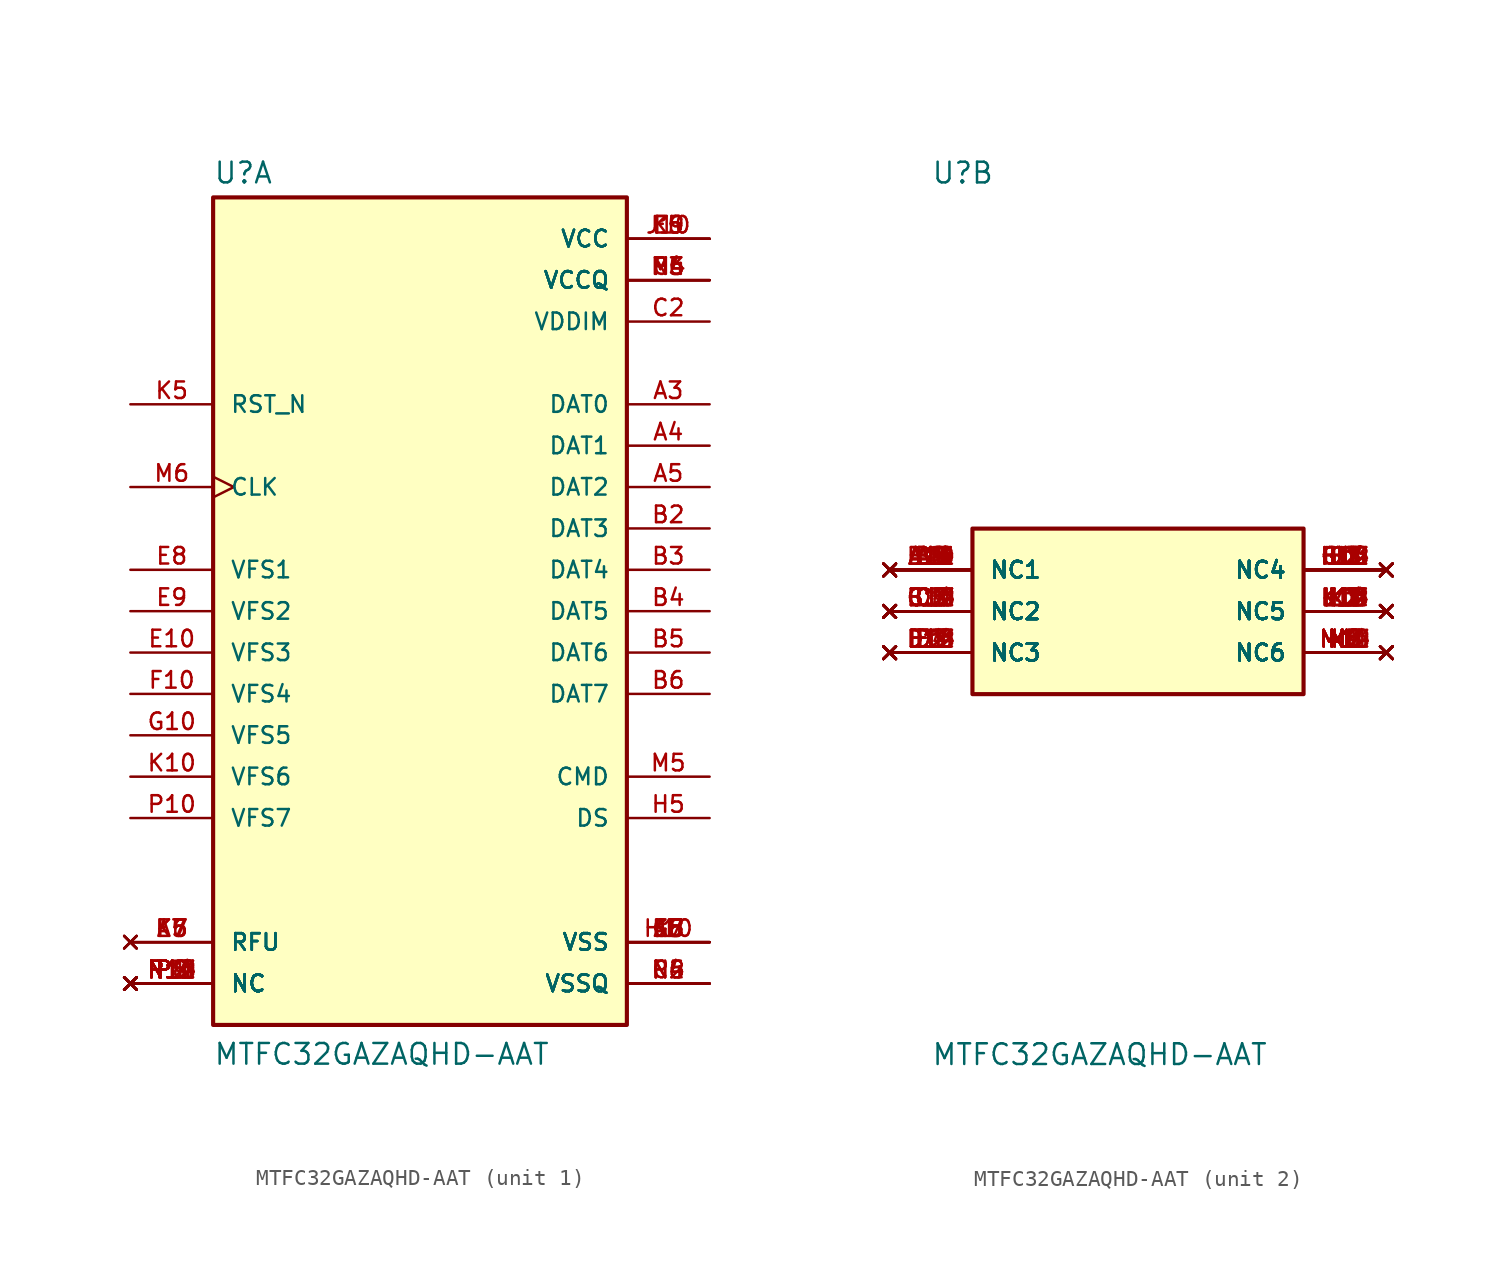
<source format=kicad_sym>
(kicad_symbol_lib
  (version 20211014)
  (generator kicad_symbol_editor)
  (symbol "MTFC32GAZAQHD-AAT"
    (pin_names
      (offset 1.016))
    (property "Reference" "U"
      (at -12.7 26.162 0)
      (effects (font (size 1.27 1.27)) (justify bottom left)))
    (property "Value" "MTFC32GAZAQHD-AAT"
      (at -12.7 -27.94 0)
      (effects (font (size 1.27 1.27)) (justify bottom left)))
    (symbol "MTFC32GAZAQHD-AAT_1_0"
      (rectangle (start -12.7 -25.4) (end 12.7 25.4) (stroke (width 0.254)) (fill (type background)))
      (pin bidirectional line (at 17.78 12.7 180.0) (length 5.08) (name "DAT0" (effects (font (size 1.016 1.016)))) (number "A3" (effects (font (size 1.016 1.016)))))
      (pin input clock (at -17.78 7.62 0) (length 5.08) (name "CLK" (effects (font (size 1.016 1.016)))) (number "M6" (effects (font (size 1.016 1.016)))))
      (pin input line (at -17.78 12.7 0) (length 5.08) (name "RST_N" (effects (font (size 1.016 1.016)))) (number "K5" (effects (font (size 1.016 1.016)))))
      (pin bidirectional line (at 17.78 -10.16 180.0) (length 5.08) (name "CMD" (effects (font (size 1.016 1.016)))) (number "M5" (effects (font (size 1.016 1.016)))))
      (pin output line (at 17.78 -12.7 180.0) (length 5.08) (name "DS" (effects (font (size 1.016 1.016)))) (number "H5" (effects (font (size 1.016 1.016)))))
      (pin bidirectional line (at -17.78 2.54 0) (length 5.08) (name "VFS1" (effects (font (size 1.016 1.016)))) (number "E8" (effects (font (size 1.016 1.016)))))
      (pin bidirectional line (at 17.78 10.16 180.0) (length 5.08) (name "DAT1" (effects (font (size 1.016 1.016)))) (number "A4" (effects (font (size 1.016 1.016)))))
      (pin bidirectional line (at 17.78 7.62 180.0) (length 5.08) (name "DAT2" (effects (font (size 1.016 1.016)))) (number "A5" (effects (font (size 1.016 1.016)))))
      (pin bidirectional line (at 17.78 5.08 180.0) (length 5.08) (name "DAT3" (effects (font (size 1.016 1.016)))) (number "B2" (effects (font (size 1.016 1.016)))))
      (pin bidirectional line (at 17.78 2.54 180.0) (length 5.08) (name "DAT4" (effects (font (size 1.016 1.016)))) (number "B3" (effects (font (size 1.016 1.016)))))
      (pin bidirectional line (at 17.78 0.0 180.0) (length 5.08) (name "DAT5" (effects (font (size 1.016 1.016)))) (number "B4" (effects (font (size 1.016 1.016)))))
      (pin bidirectional line (at 17.78 -2.54 180.0) (length 5.08) (name "DAT6" (effects (font (size 1.016 1.016)))) (number "B5" (effects (font (size 1.016 1.016)))))
      (pin bidirectional line (at 17.78 -5.08 180.0) (length 5.08) (name "DAT7" (effects (font (size 1.016 1.016)))) (number "B6" (effects (font (size 1.016 1.016)))))
      (pin bidirectional line (at -17.78 0.0 0) (length 5.08) (name "VFS2" (effects (font (size 1.016 1.016)))) (number "E9" (effects (font (size 1.016 1.016)))))
      (pin bidirectional line (at -17.78 -2.54 0) (length 5.08) (name "VFS3" (effects (font (size 1.016 1.016)))) (number "E10" (effects (font (size 1.016 1.016)))))
      (pin bidirectional line (at -17.78 -5.08 0) (length 5.08) (name "VFS4" (effects (font (size 1.016 1.016)))) (number "F10" (effects (font (size 1.016 1.016)))))
      (pin bidirectional line (at -17.78 -7.62 0) (length 5.08) (name "VFS5" (effects (font (size 1.016 1.016)))) (number "G10" (effects (font (size 1.016 1.016)))))
      (pin bidirectional line (at -17.78 -10.16 0) (length 5.08) (name "VFS6" (effects (font (size 1.016 1.016)))) (number "K10" (effects (font (size 1.016 1.016)))))
      (pin bidirectional line (at -17.78 -12.7 0) (length 5.08) (name "VFS7" (effects (font (size 1.016 1.016)))) (number "P10" (effects (font (size 1.016 1.016)))))
      (pin power_in line (at 17.78 22.86 180.0) (length 5.08) (name "VCC" (effects (font (size 1.016 1.016)))) (number "E6" (effects (font (size 1.016 1.016)))))
      (pin power_in line (at 17.78 22.86 180.0) (length 5.08) (name "VCC" (effects (font (size 1.016 1.016)))) (number "F5" (effects (font (size 1.016 1.016)))))
      (pin power_in line (at 17.78 22.86 180.0) (length 5.08) (name "VCC" (effects (font (size 1.016 1.016)))) (number "J10" (effects (font (size 1.016 1.016)))))
      (pin power_in line (at 17.78 22.86 180.0) (length 5.08) (name "VCC" (effects (font (size 1.016 1.016)))) (number "K9" (effects (font (size 1.016 1.016)))))
      (pin power_in line (at 17.78 20.32 180.0) (length 5.08) (name "VCCQ" (effects (font (size 1.016 1.016)))) (number "C6" (effects (font (size 1.016 1.016)))))
      (pin power_in line (at 17.78 20.32 180.0) (length 5.08) (name "VCCQ" (effects (font (size 1.016 1.016)))) (number "M4" (effects (font (size 1.016 1.016)))))
      (pin power_in line (at 17.78 20.32 180.0) (length 5.08) (name "VCCQ" (effects (font (size 1.016 1.016)))) (number "N4" (effects (font (size 1.016 1.016)))))
      (pin power_in line (at 17.78 20.32 180.0) (length 5.08) (name "VCCQ" (effects (font (size 1.016 1.016)))) (number "P3" (effects (font (size 1.016 1.016)))))
      (pin power_in line (at 17.78 20.32 180.0) (length 5.08) (name "VCCQ" (effects (font (size 1.016 1.016)))) (number "P5" (effects (font (size 1.016 1.016)))))
      (pin power_in line (at 17.78 -20.32 180.0) (length 5.08) (name "VSS" (effects (font (size 1.016 1.016)))) (number "A6" (effects (font (size 1.016 1.016)))))
      (pin power_in line (at 17.78 -20.32 180.0) (length 5.08) (name "VSS" (effects (font (size 1.016 1.016)))) (number "E7" (effects (font (size 1.016 1.016)))))
      (pin power_in line (at 17.78 -20.32 180.0) (length 5.08) (name "VSS" (effects (font (size 1.016 1.016)))) (number "G5" (effects (font (size 1.016 1.016)))))
      (pin power_in line (at 17.78 -20.32 180.0) (length 5.08) (name "VSS" (effects (font (size 1.016 1.016)))) (number "H10" (effects (font (size 1.016 1.016)))))
      (pin power_in line (at 17.78 -20.32 180.0) (length 5.08) (name "VSS" (effects (font (size 1.016 1.016)))) (number "J5" (effects (font (size 1.016 1.016)))))
      (pin power_in line (at 17.78 -20.32 180.0) (length 5.08) (name "VSS" (effects (font (size 1.016 1.016)))) (number "K8" (effects (font (size 1.016 1.016)))))
      (pin power_in line (at 17.78 -22.86 180.0) (length 5.08) (name "VSSQ" (effects (font (size 1.016 1.016)))) (number "C4" (effects (font (size 1.016 1.016)))))
      (pin power_in line (at 17.78 -22.86 180.0) (length 5.08) (name "VSSQ" (effects (font (size 1.016 1.016)))) (number "N2" (effects (font (size 1.016 1.016)))))
      (pin power_in line (at 17.78 -22.86 180.0) (length 5.08) (name "VSSQ" (effects (font (size 1.016 1.016)))) (number "N5" (effects (font (size 1.016 1.016)))))
      (pin power_in line (at 17.78 -22.86 180.0) (length 5.08) (name "VSSQ" (effects (font (size 1.016 1.016)))) (number "P4" (effects (font (size 1.016 1.016)))))
      (pin power_in line (at 17.78 -22.86 180.0) (length 5.08) (name "VSSQ" (effects (font (size 1.016 1.016)))) (number "P6" (effects (font (size 1.016 1.016)))))
      (pin power_in line (at 17.78 17.78 180.0) (length 5.08) (name "VDDIM" (effects (font (size 1.016 1.016)))) (number "C2" (effects (font (size 1.016 1.016)))))
      (pin no_connect line (at -17.78 -20.32 0) (length 5.08) (name "RFU" (effects (font (size 1.016 1.016)))) (number "A7" (effects (font (size 1.016 1.016)))))
      (pin no_connect line (at -17.78 -20.32 0) (length 5.08) (name "RFU" (effects (font (size 1.016 1.016)))) (number "E5" (effects (font (size 1.016 1.016)))))
      (pin no_connect line (at -17.78 -20.32 0) (length 5.08) (name "RFU" (effects (font (size 1.016 1.016)))) (number "K6" (effects (font (size 1.016 1.016)))))
      (pin no_connect line (at -17.78 -20.32 0) (length 5.08) (name "RFU" (effects (font (size 1.016 1.016)))) (number "K7" (effects (font (size 1.016 1.016)))))
      (pin no_connect line (at -17.78 -22.86 0) (length 5.08) (name "NC" (effects (font (size 1.016 1.016)))) (number "N10" (effects (font (size 1.016 1.016)))))
      (pin no_connect line (at -17.78 -22.86 0) (length 5.08) (name "NC" (effects (font (size 1.016 1.016)))) (number "N11" (effects (font (size 1.016 1.016)))))
      (pin no_connect line (at -17.78 -22.86 0) (length 5.08) (name "NC" (effects (font (size 1.016 1.016)))) (number "N12" (effects (font (size 1.016 1.016)))))
      (pin no_connect line (at -17.78 -22.86 0) (length 5.08) (name "NC" (effects (font (size 1.016 1.016)))) (number "N13" (effects (font (size 1.016 1.016)))))
      (pin no_connect line (at -17.78 -22.86 0) (length 5.08) (name "NC" (effects (font (size 1.016 1.016)))) (number "N14" (effects (font (size 1.016 1.016)))))
      (pin no_connect line (at -17.78 -22.86 0) (length 5.08) (name "NC" (effects (font (size 1.016 1.016)))) (number "P1" (effects (font (size 1.016 1.016)))))
      (pin no_connect line (at -17.78 -22.86 0) (length 5.08) (name "NC" (effects (font (size 1.016 1.016)))) (number "P2" (effects (font (size 1.016 1.016)))))
      (pin no_connect line (at -17.78 -22.86 0) (length 5.08) (name "NC" (effects (font (size 1.016 1.016)))) (number "P7" (effects (font (size 1.016 1.016)))))
      (pin no_connect line (at -17.78 -22.86 0) (length 5.08) (name "NC" (effects (font (size 1.016 1.016)))) (number "P8" (effects (font (size 1.016 1.016)))))
      (pin no_connect line (at -17.78 -22.86 0) (length 5.08) (name "NC" (effects (font (size 1.016 1.016)))) (number "P9" (effects (font (size 1.016 1.016)))))
      (pin no_connect line (at -17.78 -22.86 0) (length 5.08) (name "NC" (effects (font (size 1.016 1.016)))) (number "P11" (effects (font (size 1.016 1.016)))))
      (pin no_connect line (at -17.78 -22.86 0) (length 5.08) (name "NC" (effects (font (size 1.016 1.016)))) (number "P12" (effects (font (size 1.016 1.016)))))
      (pin no_connect line (at -17.78 -22.86 0) (length 5.08) (name "NC" (effects (font (size 1.016 1.016)))) (number "P13" (effects (font (size 1.016 1.016)))))
      (pin no_connect line (at -17.78 -22.86 0) (length 5.08) (name "NC" (effects (font (size 1.016 1.016)))) (number "P14" (effects (font (size 1.016 1.016))))))
    (symbol "MTFC32GAZAQHD-AAT_2_0"
      (rectangle (start -10.16 -5.08) (end 10.16 5.08) (stroke (width 0.254)) (fill (type background)))
      (pin no_connect line (at -15.24 0.0 0) (length 5.08) (name "NC2" (effects (font (size 1.016 1.016)))) (number "B12" (effects (font (size 1.016 1.016)))))
      (pin no_connect line (at -15.24 0.0 0) (length 5.08) (name "NC2" (effects (font (size 1.016 1.016)))) (number "B13" (effects (font (size 1.016 1.016)))))
      (pin no_connect line (at -15.24 0.0 0) (length 5.08) (name "NC2" (effects (font (size 1.016 1.016)))) (number "B14" (effects (font (size 1.016 1.016)))))
      (pin no_connect line (at -15.24 0.0 0) (length 5.08) (name "NC2" (effects (font (size 1.016 1.016)))) (number "C1" (effects (font (size 1.016 1.016)))))
      (pin no_connect line (at -15.24 0.0 0) (length 5.08) (name "NC2" (effects (font (size 1.016 1.016)))) (number "C3" (effects (font (size 1.016 1.016)))))
      (pin no_connect line (at -15.24 0.0 0) (length 5.08) (name "NC2" (effects (font (size 1.016 1.016)))) (number "C5" (effects (font (size 1.016 1.016)))))
      (pin no_connect line (at -15.24 0.0 0) (length 5.08) (name "NC2" (effects (font (size 1.016 1.016)))) (number "C7" (effects (font (size 1.016 1.016)))))
      (pin no_connect line (at -15.24 0.0 0) (length 5.08) (name "NC2" (effects (font (size 1.016 1.016)))) (number "C8" (effects (font (size 1.016 1.016)))))
      (pin no_connect line (at -15.24 0.0 0) (length 5.08) (name "NC2" (effects (font (size 1.016 1.016)))) (number "C9" (effects (font (size 1.016 1.016)))))
      (pin no_connect line (at -15.24 0.0 0) (length 5.08) (name "NC2" (effects (font (size 1.016 1.016)))) (number "C10" (effects (font (size 1.016 1.016)))))
      (pin no_connect line (at -15.24 0.0 0) (length 5.08) (name "NC2" (effects (font (size 1.016 1.016)))) (number "C11" (effects (font (size 1.016 1.016)))))
      (pin no_connect line (at -15.24 0.0 0) (length 5.08) (name "NC2" (effects (font (size 1.016 1.016)))) (number "C12" (effects (font (size 1.016 1.016)))))
      (pin no_connect line (at -15.24 0.0 0) (length 5.08) (name "NC2" (effects (font (size 1.016 1.016)))) (number "C13" (effects (font (size 1.016 1.016)))))
      (pin no_connect line (at -15.24 0.0 0) (length 5.08) (name "NC2" (effects (font (size 1.016 1.016)))) (number "C14" (effects (font (size 1.016 1.016)))))
      (pin no_connect line (at -15.24 0.0 0) (length 5.08) (name "NC2" (effects (font (size 1.016 1.016)))) (number "D1" (effects (font (size 1.016 1.016)))))
      (pin no_connect line (at -15.24 0.0 0) (length 5.08) (name "NC2" (effects (font (size 1.016 1.016)))) (number "D2" (effects (font (size 1.016 1.016)))))
      (pin no_connect line (at -15.24 2.54 0) (length 5.08) (name "NC1" (effects (font (size 1.016 1.016)))) (number "A1" (effects (font (size 1.016 1.016)))))
      (pin no_connect line (at -15.24 2.54 0) (length 5.08) (name "NC1" (effects (font (size 1.016 1.016)))) (number "A2" (effects (font (size 1.016 1.016)))))
      (pin no_connect line (at -15.24 2.54 0) (length 5.08) (name "NC1" (effects (font (size 1.016 1.016)))) (number "A8" (effects (font (size 1.016 1.016)))))
      (pin no_connect line (at -15.24 2.54 0) (length 5.08) (name "NC1" (effects (font (size 1.016 1.016)))) (number "A9" (effects (font (size 1.016 1.016)))))
      (pin no_connect line (at -15.24 2.54 0) (length 5.08) (name "NC1" (effects (font (size 1.016 1.016)))) (number "A10" (effects (font (size 1.016 1.016)))))
      (pin no_connect line (at -15.24 2.54 0) (length 5.08) (name "NC1" (effects (font (size 1.016 1.016)))) (number "A11" (effects (font (size 1.016 1.016)))))
      (pin no_connect line (at -15.24 2.54 0) (length 5.08) (name "NC1" (effects (font (size 1.016 1.016)))) (number "A12" (effects (font (size 1.016 1.016)))))
      (pin no_connect line (at -15.24 2.54 0) (length 5.08) (name "NC1" (effects (font (size 1.016 1.016)))) (number "A13" (effects (font (size 1.016 1.016)))))
      (pin no_connect line (at -15.24 2.54 0) (length 5.08) (name "NC1" (effects (font (size 1.016 1.016)))) (number "A14" (effects (font (size 1.016 1.016)))))
      (pin no_connect line (at -15.24 2.54 0) (length 5.08) (name "NC1" (effects (font (size 1.016 1.016)))) (number "B1" (effects (font (size 1.016 1.016)))))
      (pin no_connect line (at -15.24 2.54 0) (length 5.08) (name "NC1" (effects (font (size 1.016 1.016)))) (number "B7" (effects (font (size 1.016 1.016)))))
      (pin no_connect line (at -15.24 2.54 0) (length 5.08) (name "NC1" (effects (font (size 1.016 1.016)))) (number "B8" (effects (font (size 1.016 1.016)))))
      (pin no_connect line (at -15.24 2.54 0) (length 5.08) (name "NC1" (effects (font (size 1.016 1.016)))) (number "B9" (effects (font (size 1.016 1.016)))))
      (pin no_connect line (at -15.24 2.54 0) (length 5.08) (name "NC1" (effects (font (size 1.016 1.016)))) (number "B10" (effects (font (size 1.016 1.016)))))
      (pin no_connect line (at -15.24 2.54 0) (length 5.08) (name "NC1" (effects (font (size 1.016 1.016)))) (number "B11" (effects (font (size 1.016 1.016)))))
      (pin no_connect line (at -15.24 -2.54 0) (length 5.08) (name "NC3" (effects (font (size 1.016 1.016)))) (number "D3" (effects (font (size 1.016 1.016)))))
      (pin no_connect line (at -15.24 -2.54 0) (length 5.08) (name "NC3" (effects (font (size 1.016 1.016)))) (number "D4" (effects (font (size 1.016 1.016)))))
      (pin no_connect line (at -15.24 -2.54 0) (length 5.08) (name "NC3" (effects (font (size 1.016 1.016)))) (number "D12" (effects (font (size 1.016 1.016)))))
      (pin no_connect line (at -15.24 -2.54 0) (length 5.08) (name "NC3" (effects (font (size 1.016 1.016)))) (number "D13" (effects (font (size 1.016 1.016)))))
      (pin no_connect line (at -15.24 -2.54 0) (length 5.08) (name "NC3" (effects (font (size 1.016 1.016)))) (number "D14" (effects (font (size 1.016 1.016)))))
      (pin no_connect line (at -15.24 -2.54 0) (length 5.08) (name "NC3" (effects (font (size 1.016 1.016)))) (number "E1" (effects (font (size 1.016 1.016)))))
      (pin no_connect line (at -15.24 -2.54 0) (length 5.08) (name "NC3" (effects (font (size 1.016 1.016)))) (number "E2" (effects (font (size 1.016 1.016)))))
      (pin no_connect line (at -15.24 -2.54 0) (length 5.08) (name "NC3" (effects (font (size 1.016 1.016)))) (number "E3" (effects (font (size 1.016 1.016)))))
      (pin no_connect line (at -15.24 -2.54 0) (length 5.08) (name "NC3" (effects (font (size 1.016 1.016)))) (number "E12" (effects (font (size 1.016 1.016)))))
      (pin no_connect line (at -15.24 -2.54 0) (length 5.08) (name "NC3" (effects (font (size 1.016 1.016)))) (number "E13" (effects (font (size 1.016 1.016)))))
      (pin no_connect line (at -15.24 -2.54 0) (length 5.08) (name "NC3" (effects (font (size 1.016 1.016)))) (number "E14" (effects (font (size 1.016 1.016)))))
      (pin no_connect line (at -15.24 -2.54 0) (length 5.08) (name "NC3" (effects (font (size 1.016 1.016)))) (number "F1" (effects (font (size 1.016 1.016)))))
      (pin no_connect line (at -15.24 -2.54 0) (length 5.08) (name "NC3" (effects (font (size 1.016 1.016)))) (number "F2" (effects (font (size 1.016 1.016)))))
      (pin no_connect line (at -15.24 -2.54 0) (length 5.08) (name "NC3" (effects (font (size 1.016 1.016)))) (number "F3" (effects (font (size 1.016 1.016)))))
      (pin no_connect line (at -15.24 -2.54 0) (length 5.08) (name "NC3" (effects (font (size 1.016 1.016)))) (number "F12" (effects (font (size 1.016 1.016)))))
      (pin no_connect line (at -15.24 -2.54 0) (length 5.08) (name "NC3" (effects (font (size 1.016 1.016)))) (number "F13" (effects (font (size 1.016 1.016)))))
      (pin no_connect line (at 15.24 2.54 180.0) (length 5.08) (name "NC4" (effects (font (size 1.016 1.016)))) (number "F14" (effects (font (size 1.016 1.016)))))
      (pin no_connect line (at 15.24 2.54 180.0) (length 5.08) (name "NC4" (effects (font (size 1.016 1.016)))) (number "G1" (effects (font (size 1.016 1.016)))))
      (pin no_connect line (at 15.24 2.54 180.0) (length 5.08) (name "NC4" (effects (font (size 1.016 1.016)))) (number "G2" (effects (font (size 1.016 1.016)))))
      (pin no_connect line (at 15.24 2.54 180.0) (length 5.08) (name "NC4" (effects (font (size 1.016 1.016)))) (number "G3" (effects (font (size 1.016 1.016)))))
      (pin no_connect line (at 15.24 2.54 180.0) (length 5.08) (name "NC4" (effects (font (size 1.016 1.016)))) (number "G12" (effects (font (size 1.016 1.016)))))
      (pin no_connect line (at 15.24 2.54 180.0) (length 5.08) (name "NC4" (effects (font (size 1.016 1.016)))) (number "G13" (effects (font (size 1.016 1.016)))))
      (pin no_connect line (at 15.24 2.54 180.0) (length 5.08) (name "NC4" (effects (font (size 1.016 1.016)))) (number "G14" (effects (font (size 1.016 1.016)))))
      (pin no_connect line (at 15.24 2.54 180.0) (length 5.08) (name "NC4" (effects (font (size 1.016 1.016)))) (number "H1" (effects (font (size 1.016 1.016)))))
      (pin no_connect line (at 15.24 2.54 180.0) (length 5.08) (name "NC4" (effects (font (size 1.016 1.016)))) (number "H2" (effects (font (size 1.016 1.016)))))
      (pin no_connect line (at 15.24 2.54 180.0) (length 5.08) (name "NC4" (effects (font (size 1.016 1.016)))) (number "H3" (effects (font (size 1.016 1.016)))))
      (pin no_connect line (at 15.24 2.54 180.0) (length 5.08) (name "NC4" (effects (font (size 1.016 1.016)))) (number "H12" (effects (font (size 1.016 1.016)))))
      (pin no_connect line (at 15.24 2.54 180.0) (length 5.08) (name "NC4" (effects (font (size 1.016 1.016)))) (number "H13" (effects (font (size 1.016 1.016)))))
      (pin no_connect line (at 15.24 2.54 180.0) (length 5.08) (name "NC4" (effects (font (size 1.016 1.016)))) (number "H14" (effects (font (size 1.016 1.016)))))
      (pin no_connect line (at 15.24 2.54 180.0) (length 5.08) (name "NC4" (effects (font (size 1.016 1.016)))) (number "J1" (effects (font (size 1.016 1.016)))))
      (pin no_connect line (at 15.24 2.54 180.0) (length 5.08) (name "NC4" (effects (font (size 1.016 1.016)))) (number "J2" (effects (font (size 1.016 1.016)))))
      (pin no_connect line (at 15.24 2.54 180.0) (length 5.08) (name "NC4" (effects (font (size 1.016 1.016)))) (number "J3" (effects (font (size 1.016 1.016)))))
      (pin no_connect line (at 15.24 0.0 180.0) (length 5.08) (name "NC5" (effects (font (size 1.016 1.016)))) (number "J12" (effects (font (size 1.016 1.016)))))
      (pin no_connect line (at 15.24 0.0 180.0) (length 5.08) (name "NC5" (effects (font (size 1.016 1.016)))) (number "J13" (effects (font (size 1.016 1.016)))))
      (pin no_connect line (at 15.24 0.0 180.0) (length 5.08) (name "NC5" (effects (font (size 1.016 1.016)))) (number "J14" (effects (font (size 1.016 1.016)))))
      (pin no_connect line (at 15.24 0.0 180.0) (length 5.08) (name "NC5" (effects (font (size 1.016 1.016)))) (number "K1" (effects (font (size 1.016 1.016)))))
      (pin no_connect line (at 15.24 0.0 180.0) (length 5.08) (name "NC5" (effects (font (size 1.016 1.016)))) (number "K2" (effects (font (size 1.016 1.016)))))
      (pin no_connect line (at 15.24 0.0 180.0) (length 5.08) (name "NC5" (effects (font (size 1.016 1.016)))) (number "K3" (effects (font (size 1.016 1.016)))))
      (pin no_connect line (at 15.24 0.0 180.0) (length 5.08) (name "NC5" (effects (font (size 1.016 1.016)))) (number "K12" (effects (font (size 1.016 1.016)))))
      (pin no_connect line (at 15.24 0.0 180.0) (length 5.08) (name "NC5" (effects (font (size 1.016 1.016)))) (number "K13" (effects (font (size 1.016 1.016)))))
      (pin no_connect line (at 15.24 0.0 180.0) (length 5.08) (name "NC5" (effects (font (size 1.016 1.016)))) (number "K14" (effects (font (size 1.016 1.016)))))
      (pin no_connect line (at 15.24 0.0 180.0) (length 5.08) (name "NC5" (effects (font (size 1.016 1.016)))) (number "L1" (effects (font (size 1.016 1.016)))))
      (pin no_connect line (at 15.24 0.0 180.0) (length 5.08) (name "NC5" (effects (font (size 1.016 1.016)))) (number "L2" (effects (font (size 1.016 1.016)))))
      (pin no_connect line (at 15.24 0.0 180.0) (length 5.08) (name "NC5" (effects (font (size 1.016 1.016)))) (number "L3" (effects (font (size 1.016 1.016)))))
      (pin no_connect line (at 15.24 0.0 180.0) (length 5.08) (name "NC5" (effects (font (size 1.016 1.016)))) (number "L12" (effects (font (size 1.016 1.016)))))
      (pin no_connect line (at 15.24 0.0 180.0) (length 5.08) (name "NC5" (effects (font (size 1.016 1.016)))) (number "L13" (effects (font (size 1.016 1.016)))))
      (pin no_connect line (at 15.24 0.0 180.0) (length 5.08) (name "NC5" (effects (font (size 1.016 1.016)))) (number "L14" (effects (font (size 1.016 1.016)))))
      (pin no_connect line (at 15.24 0.0 180.0) (length 5.08) (name "NC5" (effects (font (size 1.016 1.016)))) (number "M1" (effects (font (size 1.016 1.016)))))
      (pin no_connect line (at 15.24 -2.54 180.0) (length 5.08) (name "NC6" (effects (font (size 1.016 1.016)))) (number "M2" (effects (font (size 1.016 1.016)))))
      (pin no_connect line (at 15.24 -2.54 180.0) (length 5.08) (name "NC6" (effects (font (size 1.016 1.016)))) (number "M3" (effects (font (size 1.016 1.016)))))
      (pin no_connect line (at 15.24 -2.54 180.0) (length 5.08) (name "NC6" (effects (font (size 1.016 1.016)))) (number "M7" (effects (font (size 1.016 1.016)))))
      (pin no_connect line (at 15.24 -2.54 180.0) (length 5.08) (name "NC6" (effects (font (size 1.016 1.016)))) (number "M8" (effects (font (size 1.016 1.016)))))
      (pin no_connect line (at 15.24 -2.54 180.0) (length 5.08) (name "NC6" (effects (font (size 1.016 1.016)))) (number "M9" (effects (font (size 1.016 1.016)))))
      (pin no_connect line (at 15.24 -2.54 180.0) (length 5.08) (name "NC6" (effects (font (size 1.016 1.016)))) (number "M10" (effects (font (size 1.016 1.016)))))
      (pin no_connect line (at 15.24 -2.54 180.0) (length 5.08) (name "NC6" (effects (font (size 1.016 1.016)))) (number "M11" (effects (font (size 1.016 1.016)))))
      (pin no_connect line (at 15.24 -2.54 180.0) (length 5.08) (name "NC6" (effects (font (size 1.016 1.016)))) (number "M12" (effects (font (size 1.016 1.016)))))
      (pin no_connect line (at 15.24 -2.54 180.0) (length 5.08) (name "NC6" (effects (font (size 1.016 1.016)))) (number "M13" (effects (font (size 1.016 1.016)))))
      (pin no_connect line (at 15.24 -2.54 180.0) (length 5.08) (name "NC6" (effects (font (size 1.016 1.016)))) (number "M14" (effects (font (size 1.016 1.016)))))
      (pin no_connect line (at 15.24 -2.54 180.0) (length 5.08) (name "NC6" (effects (font (size 1.016 1.016)))) (number "N1" (effects (font (size 1.016 1.016)))))
      (pin no_connect line (at 15.24 -2.54 180.0) (length 5.08) (name "NC6" (effects (font (size 1.016 1.016)))) (number "N3" (effects (font (size 1.016 1.016)))))
      (pin no_connect line (at 15.24 -2.54 180.0) (length 5.08) (name "NC6" (effects (font (size 1.016 1.016)))) (number "N6" (effects (font (size 1.016 1.016)))))
      (pin no_connect line (at 15.24 -2.54 180.0) (length 5.08) (name "NC6" (effects (font (size 1.016 1.016)))) (number "N7" (effects (font (size 1.016 1.016)))))
      (pin no_connect line (at 15.24 -2.54 180.0) (length 5.08) (name "NC6" (effects (font (size 1.016 1.016)))) (number "N8" (effects (font (size 1.016 1.016)))))
      (pin no_connect line (at 15.24 -2.54 180.0) (length 5.08) (name "NC6" (effects (font (size 1.016 1.016)))) (number "N9" (effects (font (size 1.016 1.016))))))))
</source>
